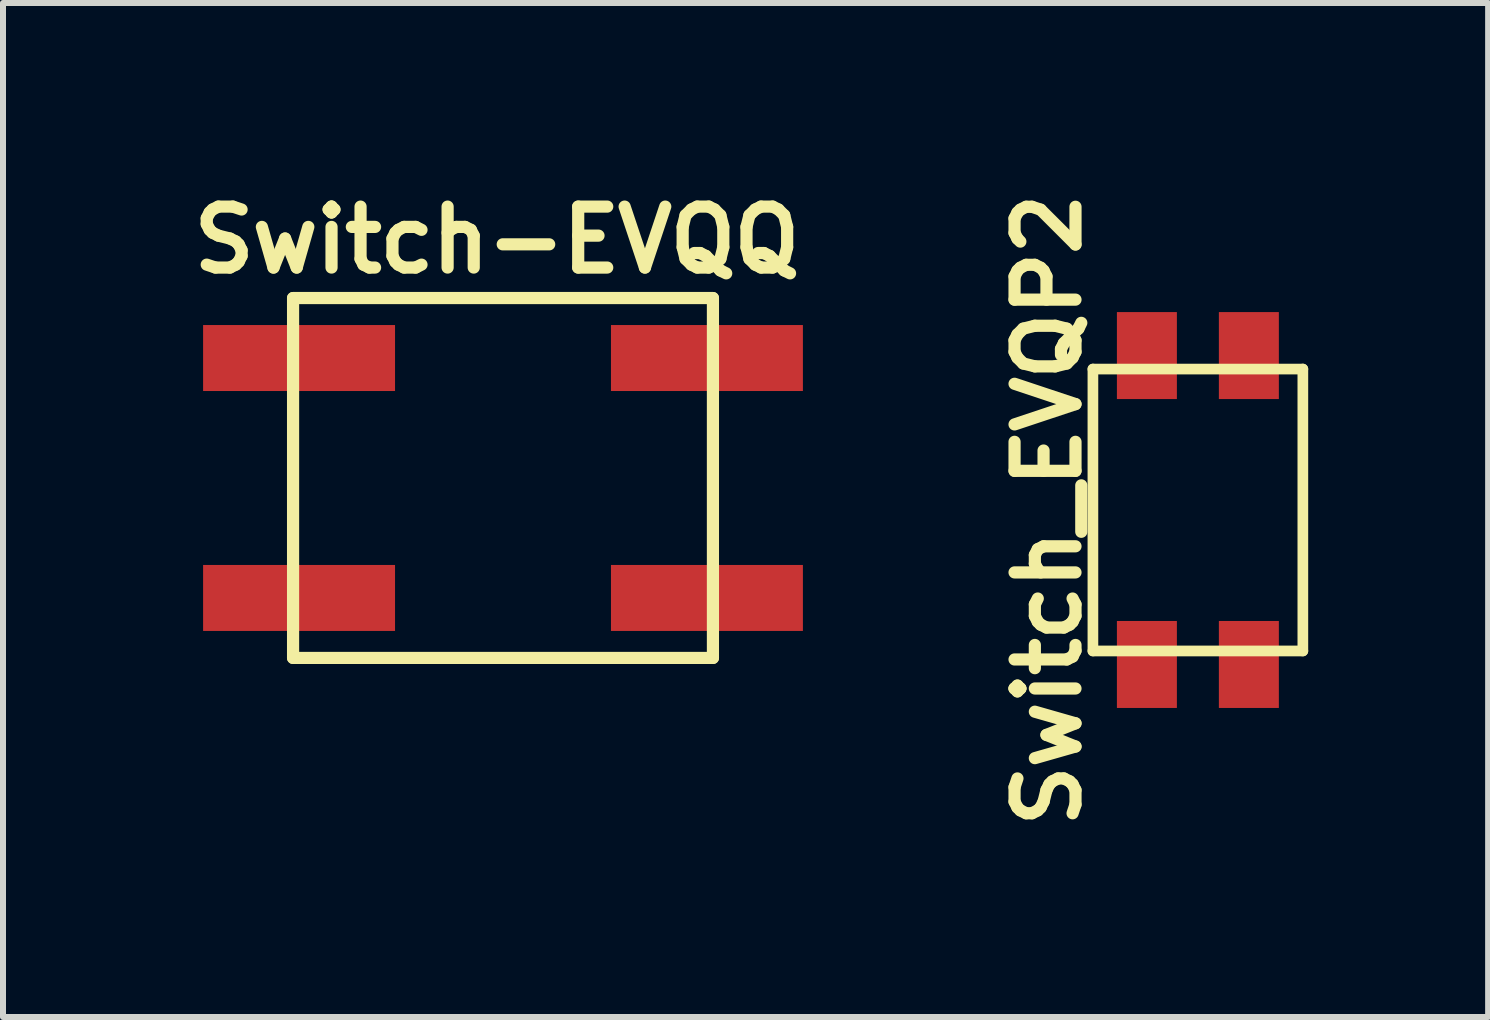
<source format=kicad_pcb>
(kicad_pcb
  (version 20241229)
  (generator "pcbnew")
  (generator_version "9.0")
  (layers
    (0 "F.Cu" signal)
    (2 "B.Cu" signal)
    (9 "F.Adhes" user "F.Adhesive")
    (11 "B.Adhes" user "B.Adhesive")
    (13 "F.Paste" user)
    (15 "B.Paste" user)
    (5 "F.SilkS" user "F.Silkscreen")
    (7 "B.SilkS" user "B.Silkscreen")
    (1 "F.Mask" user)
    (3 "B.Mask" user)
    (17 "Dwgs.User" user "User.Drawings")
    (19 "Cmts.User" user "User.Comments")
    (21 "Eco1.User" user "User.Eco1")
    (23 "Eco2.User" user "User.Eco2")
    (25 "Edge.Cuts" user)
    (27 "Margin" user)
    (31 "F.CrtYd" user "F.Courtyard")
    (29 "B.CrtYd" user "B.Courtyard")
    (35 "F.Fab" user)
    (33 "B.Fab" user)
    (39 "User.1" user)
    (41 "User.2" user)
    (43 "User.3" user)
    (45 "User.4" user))
  (footprint "Switch_EVQP2"
    (layer "F.Cu")
    (at 16.921 5.453)
    (property "Reference" "Switch_EVQP2" (at -2.5 0 90) (layer "F.SilkS") (effects (font (size 1.016 1.016) (thickness 0.203))))
    (attr smd)
    (fp_line (start -1.75 -2.35) (end 1.75 -2.35) (stroke (width 0.178) (type solid)) (layer "F.SilkS"))
    (fp_line (start -1.75 2.35) (end -1.75 -2.35) (stroke (width 0.178) (type solid)) (layer "F.SilkS"))
    (fp_line (start 1.75 -2.35) (end 1.75 2.35) (stroke (width 0.178) (type solid)) (layer "F.SilkS"))
    (fp_line (start 1.75 2.35) (end -1.75 2.35) (stroke (width 0.178) (type solid)) (layer "F.SilkS"))
    (pad "1" smd rect (at -0.85 -2.575 90) (size 1.45 1) (layers "F.Cu" "F.Mask" "F.Paste"))
    (pad "1" smd rect (at -0.85 2.575 90) (size 1.45 1) (layers "F.Cu" "F.Mask" "F.Paste"))
    (pad "2" smd rect (at 0.85 -2.575 90) (size 1.45 1) (layers "F.Cu" "F.Mask" "F.Paste"))
    (pad "2" smd rect (at 0.85 2.575 90) (size 1.45 1) (layers "F.Cu" "F.Mask" "F.Paste")))
  (footprint "Switch-EVQQ"
    (layer "F.Cu")
    (at 5.336 4.919)
    (property "Reference" "Switch-EVQQ" (at -0.101 -3.968 0) (layer "F.SilkS") (effects (font (size 1.016 1.016) (thickness 0.203))))
    (attr smd)
    (fp_line (start -3.5 -3) (end -3.5 3) (stroke (width 0.203) (type solid)) (layer "F.SilkS"))
    (fp_line (start -3.5 3) (end 3.5 3) (stroke (width 0.203) (type solid)) (layer "F.SilkS"))
    (fp_line (start 3.5 -3) (end -3.5 -3) (stroke (width 0.203) (type solid)) (layer "F.SilkS"))
    (fp_line (start 3.5 3) (end 3.5 -3) (stroke (width 0.203) (type solid)) (layer "F.SilkS"))
    (pad "1" smd rect (at -3.4 -2) (size 3.2 1.1) (layers "F.Cu" "F.Mask" "F.Paste"))
    (pad "2" smd rect (at -3.4 2) (size 3.2 1.1) (layers "F.Cu" "F.Mask" "F.Paste"))
    (pad "3" smd rect (at 3.4 2) (size 3.2 1.1) (layers "F.Cu" "F.Mask" "F.Paste"))
    (pad "4" smd rect (at 3.4 -2) (size 3.2 1.1) (layers "F.Cu" "F.Mask" "F.Paste")))
  (gr_rect
    (start -3 -3)
    (end 21.76 13.905)
    (stroke (width 0.1) (type default))
    (fill no)
    (layer "Edge.Cuts")))
</source>
